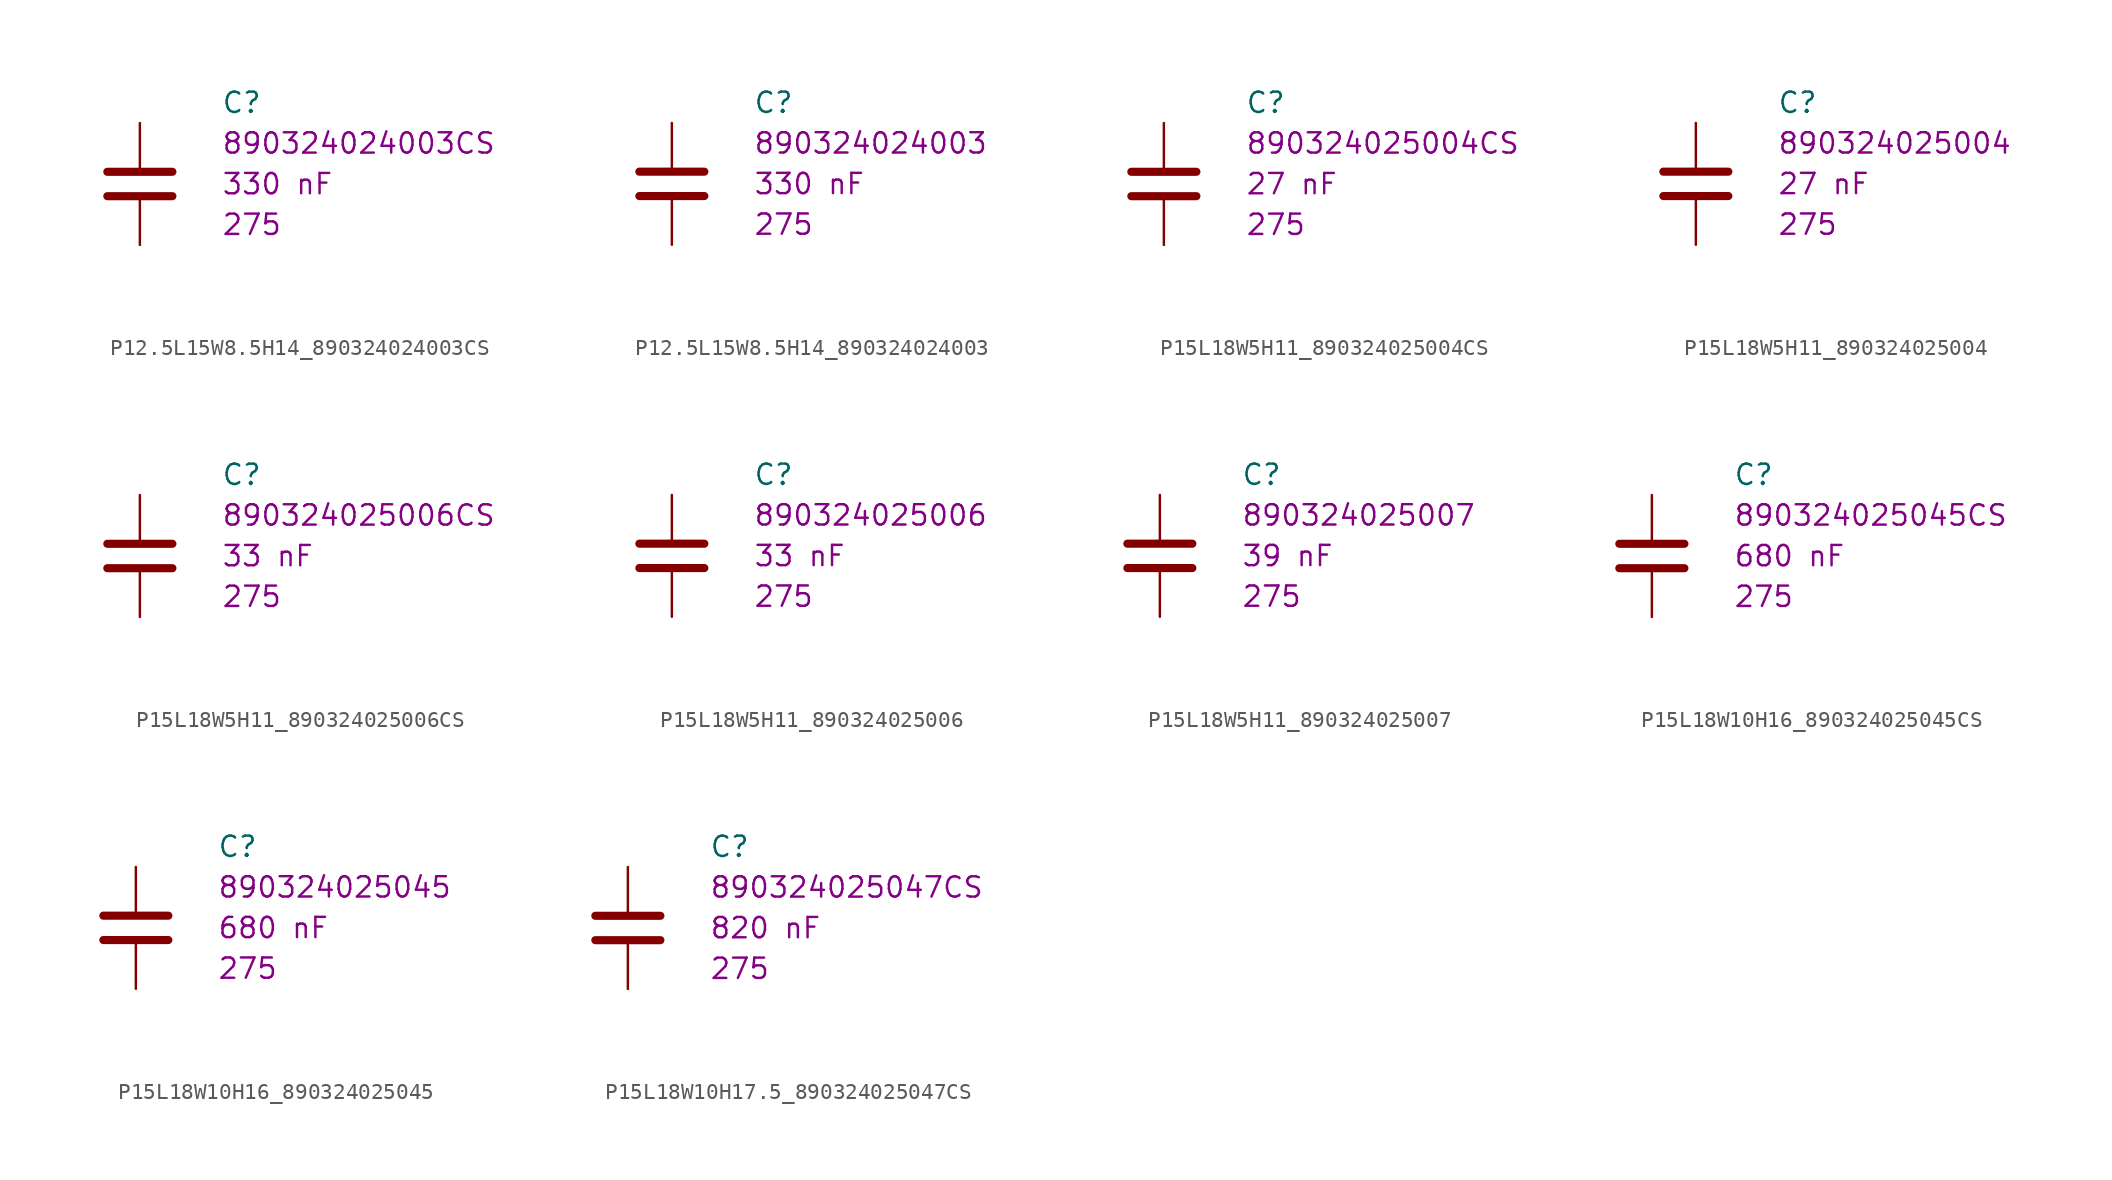
<source format=kicad_sym>
(kicad_symbol_lib
  (version 20220914)
  (generator kicad_symbol_editor)
  (symbol "P12.5L15W8.5H14_890324024003CS"
    (pin_numbers hide)
    (pin_names hide)
    (property "Reference" "C"
      (at 5.08 5.08 0)
      (effects (font (size 1.27 1.27)) (justify left)))
    (property "Part Number" "890324024003CS"
      (at 5.08 2.54 0)
      (effects (font (size 1.27 1.27)) (justify left)))
    (property "Capacitance" "330 nF"
      (at 5.08 0 0)
      (effects (font (size 1.27 1.27)) (justify left)))
    (property "Voltage" "275"
      (at 5.08 -2.54 0)
      (effects (font (size 1.27 1.27)) (justify left)))
    (property "Critical Parameter" ""
      (at 0 -7.62 0)
      (effects (font (size 1.27 1.27))))
    (symbol "P12.5L15W8.5H14_890324024003CS_0_1"
      (polyline (pts (xy -2.032 -0.762) (xy 2.032 -0.762)) (stroke (width 0.508) (type default)) (fill (type none)))
      (polyline (pts (xy -2.032 0.762) (xy 2.032 0.762)) (stroke (width 0.508) (type default)) (fill (type none))))
    (symbol "P12.5L15W8.5H14_890324024003CS_1_1"
      (pin passive line (at 0 3.81 270) (length 2.794) (name "1" (effects (font (size 1.27 1.27)))) (number "1" (effects (font (size 1.27 1.27)))))
      (pin passive line (at 0 -3.81 90) (length 2.794) (name "2" (effects (font (size 1.27 1.27)))) (number "2" (effects (font (size 1.27 1.27)))))))
  (symbol "P12.5L15W8.5H14_890324024003"
    (pin_numbers hide)
    (pin_names hide)
    (property "Reference" "C"
      (at 5.08 5.08 0)
      (effects (font (size 1.27 1.27)) (justify left)))
    (property "Part Number" "890324024003"
      (at 5.08 2.54 0)
      (effects (font (size 1.27 1.27)) (justify left)))
    (property "Capacitance" "330 nF"
      (at 5.08 0 0)
      (effects (font (size 1.27 1.27)) (justify left)))
    (property "Voltage" "275"
      (at 5.08 -2.54 0)
      (effects (font (size 1.27 1.27)) (justify left)))
    (property "Critical Parameter" ""
      (at 0 -7.62 0)
      (effects (font (size 1.27 1.27))))
    (symbol "P12.5L15W8.5H14_890324024003_0_1"
      (polyline (pts (xy -2.032 -0.762) (xy 2.032 -0.762)) (stroke (width 0.508) (type default)) (fill (type none)))
      (polyline (pts (xy -2.032 0.762) (xy 2.032 0.762)) (stroke (width 0.508) (type default)) (fill (type none))))
    (symbol "P12.5L15W8.5H14_890324024003_1_1"
      (pin passive line (at 0 3.81 270) (length 2.794) (name "1" (effects (font (size 1.27 1.27)))) (number "1" (effects (font (size 1.27 1.27)))))
      (pin passive line (at 0 -3.81 90) (length 2.794) (name "2" (effects (font (size 1.27 1.27)))) (number "2" (effects (font (size 1.27 1.27)))))))
  (symbol "P15L18W5H11_890324025004CS"
    (pin_numbers hide)
    (pin_names hide)
    (property "Reference" "C"
      (at 5.08 5.08 0)
      (effects (font (size 1.27 1.27)) (justify left)))
    (property "Part Number" "890324025004CS"
      (at 5.08 2.54 0)
      (effects (font (size 1.27 1.27)) (justify left)))
    (property "Capacitance" "27 nF"
      (at 5.08 0 0)
      (effects (font (size 1.27 1.27)) (justify left)))
    (property "Voltage" "275"
      (at 5.08 -2.54 0)
      (effects (font (size 1.27 1.27)) (justify left)))
    (property "Critical Parameter" ""
      (at 0 -7.62 0)
      (effects (font (size 1.27 1.27))))
    (symbol "P15L18W5H11_890324025004CS_0_1"
      (polyline (pts (xy -2.032 -0.762) (xy 2.032 -0.762)) (stroke (width 0.508) (type default)) (fill (type none)))
      (polyline (pts (xy -2.032 0.762) (xy 2.032 0.762)) (stroke (width 0.508) (type default)) (fill (type none))))
    (symbol "P15L18W5H11_890324025004CS_1_1"
      (pin passive line (at 0 3.81 270) (length 2.794) (name "1" (effects (font (size 1.27 1.27)))) (number "1" (effects (font (size 1.27 1.27)))))
      (pin passive line (at 0 -3.81 90) (length 2.794) (name "2" (effects (font (size 1.27 1.27)))) (number "2" (effects (font (size 1.27 1.27)))))))
  (symbol "P15L18W5H11_890324025004"
    (pin_numbers hide)
    (pin_names hide)
    (property "Reference" "C"
      (at 5.08 5.08 0)
      (effects (font (size 1.27 1.27)) (justify left)))
    (property "Part Number" "890324025004"
      (at 5.08 2.54 0)
      (effects (font (size 1.27 1.27)) (justify left)))
    (property "Capacitance" "27 nF"
      (at 5.08 0 0)
      (effects (font (size 1.27 1.27)) (justify left)))
    (property "Voltage" "275"
      (at 5.08 -2.54 0)
      (effects (font (size 1.27 1.27)) (justify left)))
    (property "Critical Parameter" ""
      (at 0 -7.62 0)
      (effects (font (size 1.27 1.27))))
    (symbol "P15L18W5H11_890324025004_0_1"
      (polyline (pts (xy -2.032 -0.762) (xy 2.032 -0.762)) (stroke (width 0.508) (type default)) (fill (type none)))
      (polyline (pts (xy -2.032 0.762) (xy 2.032 0.762)) (stroke (width 0.508) (type default)) (fill (type none))))
    (symbol "P15L18W5H11_890324025004_1_1"
      (pin passive line (at 0 3.81 270) (length 2.794) (name "1" (effects (font (size 1.27 1.27)))) (number "1" (effects (font (size 1.27 1.27)))))
      (pin passive line (at 0 -3.81 90) (length 2.794) (name "2" (effects (font (size 1.27 1.27)))) (number "2" (effects (font (size 1.27 1.27)))))))
  (symbol "P15L18W5H11_890324025006CS"
    (pin_numbers hide)
    (pin_names hide)
    (property "Reference" "C"
      (at 5.08 5.08 0)
      (effects (font (size 1.27 1.27)) (justify left)))
    (property "Part Number" "890324025006CS"
      (at 5.08 2.54 0)
      (effects (font (size 1.27 1.27)) (justify left)))
    (property "Capacitance" "33 nF"
      (at 5.08 0 0)
      (effects (font (size 1.27 1.27)) (justify left)))
    (property "Voltage" "275"
      (at 5.08 -2.54 0)
      (effects (font (size 1.27 1.27)) (justify left)))
    (property "Critical Parameter" ""
      (at 0 -7.62 0)
      (effects (font (size 1.27 1.27))))
    (symbol "P15L18W5H11_890324025006CS_0_1"
      (polyline (pts (xy -2.032 -0.762) (xy 2.032 -0.762)) (stroke (width 0.508) (type default)) (fill (type none)))
      (polyline (pts (xy -2.032 0.762) (xy 2.032 0.762)) (stroke (width 0.508) (type default)) (fill (type none))))
    (symbol "P15L18W5H11_890324025006CS_1_1"
      (pin passive line (at 0 3.81 270) (length 2.794) (name "1" (effects (font (size 1.27 1.27)))) (number "1" (effects (font (size 1.27 1.27)))))
      (pin passive line (at 0 -3.81 90) (length 2.794) (name "2" (effects (font (size 1.27 1.27)))) (number "2" (effects (font (size 1.27 1.27)))))))
  (symbol "P15L18W5H11_890324025006"
    (pin_numbers hide)
    (pin_names hide)
    (property "Reference" "C"
      (at 5.08 5.08 0)
      (effects (font (size 1.27 1.27)) (justify left)))
    (property "Part Number" "890324025006"
      (at 5.08 2.54 0)
      (effects (font (size 1.27 1.27)) (justify left)))
    (property "Capacitance" "33 nF"
      (at 5.08 0 0)
      (effects (font (size 1.27 1.27)) (justify left)))
    (property "Voltage" "275"
      (at 5.08 -2.54 0)
      (effects (font (size 1.27 1.27)) (justify left)))
    (property "Critical Parameter" ""
      (at 0 -7.62 0)
      (effects (font (size 1.27 1.27))))
    (symbol "P15L18W5H11_890324025006_0_1"
      (polyline (pts (xy -2.032 -0.762) (xy 2.032 -0.762)) (stroke (width 0.508) (type default)) (fill (type none)))
      (polyline (pts (xy -2.032 0.762) (xy 2.032 0.762)) (stroke (width 0.508) (type default)) (fill (type none))))
    (symbol "P15L18W5H11_890324025006_1_1"
      (pin passive line (at 0 3.81 270) (length 2.794) (name "1" (effects (font (size 1.27 1.27)))) (number "1" (effects (font (size 1.27 1.27)))))
      (pin passive line (at 0 -3.81 90) (length 2.794) (name "2" (effects (font (size 1.27 1.27)))) (number "2" (effects (font (size 1.27 1.27)))))))
  (symbol "P15L18W5H11_890324025007"
    (pin_numbers hide)
    (pin_names hide)
    (property "Reference" "C"
      (at 5.08 5.08 0)
      (effects (font (size 1.27 1.27)) (justify left)))
    (property "Part Number" "890324025007"
      (at 5.08 2.54 0)
      (effects (font (size 1.27 1.27)) (justify left)))
    (property "Capacitance" "39 nF"
      (at 5.08 0 0)
      (effects (font (size 1.27 1.27)) (justify left)))
    (property "Voltage" "275"
      (at 5.08 -2.54 0)
      (effects (font (size 1.27 1.27)) (justify left)))
    (property "Critical Parameter" ""
      (at 0 -7.62 0)
      (effects (font (size 1.27 1.27))))
    (symbol "P15L18W5H11_890324025007_0_1"
      (polyline (pts (xy -2.032 -0.762) (xy 2.032 -0.762)) (stroke (width 0.508) (type default)) (fill (type none)))
      (polyline (pts (xy -2.032 0.762) (xy 2.032 0.762)) (stroke (width 0.508) (type default)) (fill (type none))))
    (symbol "P15L18W5H11_890324025007_1_1"
      (pin passive line (at 0 3.81 270) (length 2.794) (name "1" (effects (font (size 1.27 1.27)))) (number "1" (effects (font (size 1.27 1.27)))))
      (pin passive line (at 0 -3.81 90) (length 2.794) (name "2" (effects (font (size 1.27 1.27)))) (number "2" (effects (font (size 1.27 1.27)))))))
  (symbol "P15L18W10H16_890324025045CS"
    (pin_numbers hide)
    (pin_names hide)
    (property "Reference" "C"
      (at 5.08 5.08 0)
      (effects (font (size 1.27 1.27)) (justify left)))
    (property "Part Number" "890324025045CS"
      (at 5.08 2.54 0)
      (effects (font (size 1.27 1.27)) (justify left)))
    (property "Capacitance" "680 nF"
      (at 5.08 0 0)
      (effects (font (size 1.27 1.27)) (justify left)))
    (property "Voltage" "275"
      (at 5.08 -2.54 0)
      (effects (font (size 1.27 1.27)) (justify left)))
    (property "Critical Parameter" ""
      (at 0 -7.62 0)
      (effects (font (size 1.27 1.27))))
    (symbol "P15L18W10H16_890324025045CS_0_1"
      (polyline (pts (xy -2.032 -0.762) (xy 2.032 -0.762)) (stroke (width 0.508) (type default)) (fill (type none)))
      (polyline (pts (xy -2.032 0.762) (xy 2.032 0.762)) (stroke (width 0.508) (type default)) (fill (type none))))
    (symbol "P15L18W10H16_890324025045CS_1_1"
      (pin passive line (at 0 3.81 270) (length 2.794) (name "1" (effects (font (size 1.27 1.27)))) (number "1" (effects (font (size 1.27 1.27)))))
      (pin passive line (at 0 -3.81 90) (length 2.794) (name "2" (effects (font (size 1.27 1.27)))) (number "2" (effects (font (size 1.27 1.27)))))))
  (symbol "P15L18W10H16_890324025045"
    (pin_numbers hide)
    (pin_names hide)
    (property "Reference" "C"
      (at 5.08 5.08 0)
      (effects (font (size 1.27 1.27)) (justify left)))
    (property "Part Number" "890324025045"
      (at 5.08 2.54 0)
      (effects (font (size 1.27 1.27)) (justify left)))
    (property "Capacitance" "680 nF"
      (at 5.08 0 0)
      (effects (font (size 1.27 1.27)) (justify left)))
    (property "Voltage" "275"
      (at 5.08 -2.54 0)
      (effects (font (size 1.27 1.27)) (justify left)))
    (property "Critical Parameter" ""
      (at 0 -7.62 0)
      (effects (font (size 1.27 1.27))))
    (symbol "P15L18W10H16_890324025045_0_1"
      (polyline (pts (xy -2.032 -0.762) (xy 2.032 -0.762)) (stroke (width 0.508) (type default)) (fill (type none)))
      (polyline (pts (xy -2.032 0.762) (xy 2.032 0.762)) (stroke (width 0.508) (type default)) (fill (type none))))
    (symbol "P15L18W10H16_890324025045_1_1"
      (pin passive line (at 0 3.81 270) (length 2.794) (name "1" (effects (font (size 1.27 1.27)))) (number "1" (effects (font (size 1.27 1.27)))))
      (pin passive line (at 0 -3.81 90) (length 2.794) (name "2" (effects (font (size 1.27 1.27)))) (number "2" (effects (font (size 1.27 1.27)))))))
  (symbol "P15L18W10H17.5_890324025047CS"
    (pin_numbers hide)
    (pin_names hide)
    (property "Reference" "C"
      (at 5.08 5.08 0)
      (effects (font (size 1.27 1.27)) (justify left)))
    (property "Part Number" "890324025047CS"
      (at 5.08 2.54 0)
      (effects (font (size 1.27 1.27)) (justify left)))
    (property "Capacitance" "820 nF"
      (at 5.08 0 0)
      (effects (font (size 1.27 1.27)) (justify left)))
    (property "Voltage" "275"
      (at 5.08 -2.54 0)
      (effects (font (size 1.27 1.27)) (justify left)))
    (property "Critical Parameter" ""
      (at 0 -7.62 0)
      (effects (font (size 1.27 1.27))))
    (symbol "P15L18W10H17.5_890324025047CS_0_1"
      (polyline (pts (xy -2.032 -0.762) (xy 2.032 -0.762)) (stroke (width 0.508) (type default)) (fill (type none)))
      (polyline (pts (xy -2.032 0.762) (xy 2.032 0.762)) (stroke (width 0.508) (type default)) (fill (type none))))
    (symbol "P15L18W10H17.5_890324025047CS_1_1"
      (pin passive line (at 0 3.81 270) (length 2.794) (name "1" (effects (font (size 1.27 1.27)))) (number "1" (effects (font (size 1.27 1.27)))))
      (pin passive line (at 0 -3.81 90) (length 2.794) (name "2" (effects (font (size 1.27 1.27)))) (number "2" (effects (font (size 1.27 1.27))))))))
</source>
